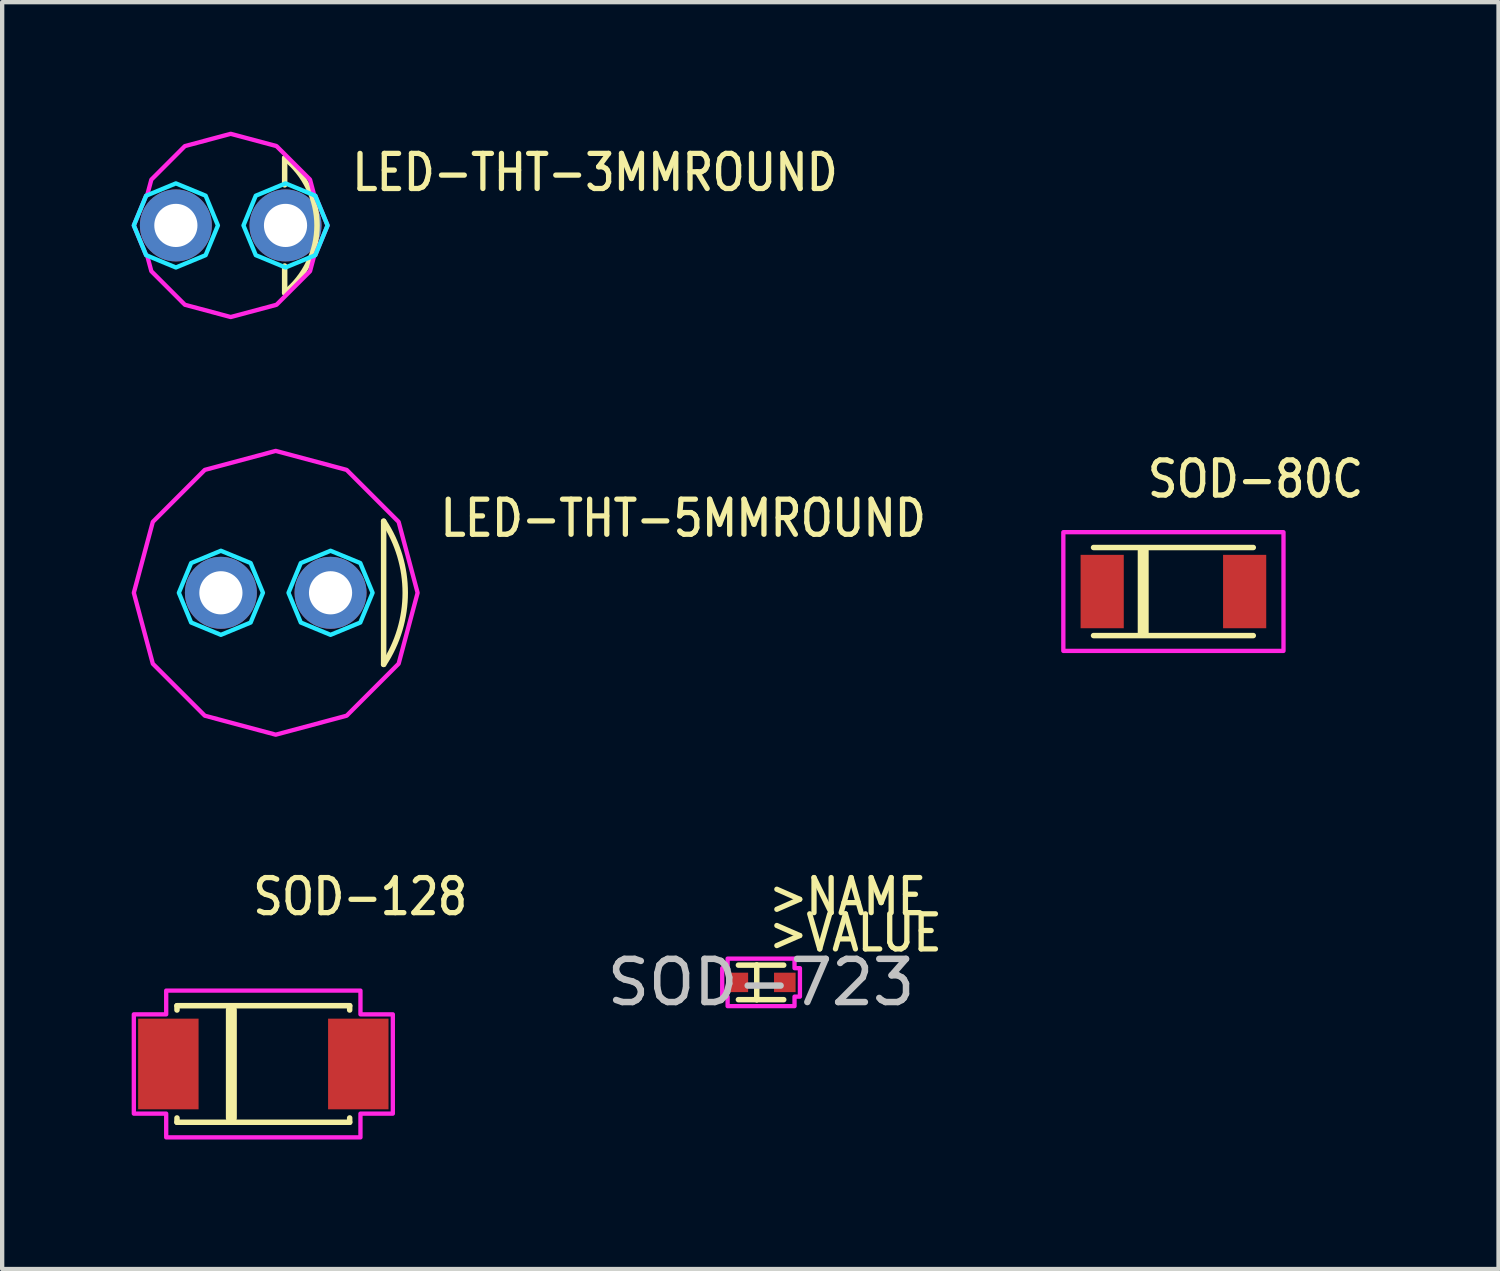
<source format=kicad_pcb>
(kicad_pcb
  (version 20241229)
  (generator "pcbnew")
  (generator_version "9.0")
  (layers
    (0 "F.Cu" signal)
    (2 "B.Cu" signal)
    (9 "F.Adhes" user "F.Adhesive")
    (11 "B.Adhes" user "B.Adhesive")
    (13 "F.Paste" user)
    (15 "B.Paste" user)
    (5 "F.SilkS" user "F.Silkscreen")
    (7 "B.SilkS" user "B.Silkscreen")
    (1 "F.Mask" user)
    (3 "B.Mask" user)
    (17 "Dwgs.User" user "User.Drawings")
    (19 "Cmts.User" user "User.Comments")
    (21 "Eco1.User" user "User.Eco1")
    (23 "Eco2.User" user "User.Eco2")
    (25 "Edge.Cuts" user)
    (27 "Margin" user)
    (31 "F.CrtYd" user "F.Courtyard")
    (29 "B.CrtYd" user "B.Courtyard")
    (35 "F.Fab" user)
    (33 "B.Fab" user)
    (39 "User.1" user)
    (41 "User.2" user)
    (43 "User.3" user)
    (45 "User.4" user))
  (footprint "LED-THT-3MMROUND"
    (layer "F.Cu")
    (at 2.294 2.172)
    (property "Reference" "LED-THT-3MMROUND" (at 2.75 -0.75 0) (unlocked yes) (layer "F.SilkS") (effects (font (size 0.813 0.695) (thickness 0.122)) (justify left bottom)))
    (fp_line (start 1.25 -1.561) (end 1.25 -0.94) (stroke (width 0.127) (type solid)) (layer "F.SilkS"))
    (fp_line (start 1.25 0.94) (end 1.25 1.561) (stroke (width 0.127) (type solid)) (layer "F.SilkS"))
    (fp_arc (start 1.25 -1.56125) (mid 2 0) (end 1.25 1.56125) (stroke (width 0.127) (type solid)) (layer "F.SilkS"))
    (fp_poly (pts (xy -0.296 0) (xy -0.581 -0.689) (xy -1.27 -0.974) (xy -1.959 -0.689) (xy -2.244 0) (xy -1.959 0.689) (xy -1.27 0.974) (xy -0.581 0.689)) (stroke (width 0.1) (type solid)) (fill no) (layer "B.CrtYd"))
    (fp_poly (pts (xy 2.244 0) (xy 1.959 -0.689) (xy 1.27 -0.974) (xy 0.581 -0.689) (xy 0.296 0) (xy 0.581 0.689) (xy 1.27 0.974) (xy 1.959 0.689)) (stroke (width 0.1) (type solid)) (fill no) (layer "B.CrtYd"))
    (fp_poly (pts (xy 1.935 -0.699) (xy 1.838 -1.061) (xy 1.061 -1.838) (xy 0 -2.122) (xy -1.061 -1.838) (xy -1.838 -1.061) (xy -1.935 -0.699) (xy -1.959 -0.689) (xy -2.244 0) (xy -1.959 0.689) (xy -1.935 0.699) (xy -1.838 1.061) (xy -1.061 1.838) (xy 0 2.122) (xy 1.061 1.838) (xy 1.838 1.061) (xy 1.935 0.699) (xy 1.959 0.689) (xy 2.244 0) (xy 1.959 -0.689)) (stroke (width 0.1) (type solid)) (fill no) (layer "F.CrtYd"))
    (pad "ANODE" thru_hole oval (at -1.27 0) (size 1.667 1.667) (drill 1) (layers "*.Cu" "*.Mask"))
    (pad "CATHODE" thru_hole oval (at 1.27 0) (size 1.667 1.667) (drill 1) (layers "*.Cu" "*.Mask")))
  (footprint "LED-THT-5MMROUND"
    (layer "F.Cu")
    (at 3.337 10.682)
    (property "Reference" "LED-THT-5MMROUND" (at 3.75 -1.25 0) (unlocked yes) (layer "F.SilkS") (effects (font (size 0.813 0.695) (thickness 0.122)) (justify left bottom)))
    (fp_line (start 2.5 -1.658) (end 2.5 1.658) (stroke (width 0.127) (type solid)) (layer "F.SilkS"))
    (fp_arc (start 2.5 -1.658313) (mid 3 0) (end 2.5 1.658313) (stroke (width 0.127) (type solid)) (layer "F.SilkS"))
    (fp_poly (pts (xy -0.296 0) (xy -0.581 -0.689) (xy -1.27 -0.974) (xy -1.959 -0.689) (xy -2.244 0) (xy -1.959 0.689) (xy -1.27 0.974) (xy -0.581 0.689)) (stroke (width 0.1) (type solid)) (fill no) (layer "B.CrtYd"))
    (fp_poly (pts (xy 2.244 0) (xy 1.959 -0.689) (xy 1.27 -0.974) (xy 0.581 -0.689) (xy 0.296 0) (xy 0.581 0.689) (xy 1.27 0.974) (xy 1.959 0.689)) (stroke (width 0.1) (type solid)) (fill no) (layer "B.CrtYd"))
    (fp_poly (pts (xy 3.287 0) (xy 2.847 -1.643) (xy 1.643 -2.847) (xy 0 -3.287) (xy -1.643 -2.847) (xy -2.847 -1.643) (xy -3.287 0) (xy -2.847 1.643) (xy -1.643 2.847) (xy 0 3.287) (xy 1.643 2.847) (xy 2.847 1.643)) (stroke (width 0.1) (type solid)) (fill no) (layer "F.CrtYd"))
    (pad "ANODE" thru_hole oval (at -1.27 0) (size 1.667 1.667) (drill 1) (layers "*.Cu" "*.Mask"))
    (pad "CATHODE" thru_hole oval (at 1.27 0) (size 1.667 1.667) (drill 1) (layers "*.Cu" "*.Mask")))
  (footprint "SOD-80C"
    (layer "F.Cu")
    (at 24.132 10.653)
    (property "Reference" "SOD-80C" (at -0.66 -2.13 0) (unlocked yes) (layer "F.SilkS") (effects (font (size 0.813 0.695) (thickness 0.122)) (justify left bottom)))
    (fp_line (start -1.85 -1.02) (end 1.85 -1.02) (stroke (width 0.127) (type solid)) (layer "F.SilkS"))
    (fp_line (start -1.85 1.02) (end 1.85 1.02) (stroke (width 0.127) (type solid)) (layer "F.SilkS"))
    (fp_line (start -0.7 -0.95) (end -0.7 0.95) (stroke (width 0.254) (type solid)) (layer "F.SilkS"))
    (fp_poly (pts (xy -2.55 -1.375) (xy 2.55 -1.375) (xy 2.55 1.375) (xy -2.55 1.375)) (stroke (width 0.1) (type solid)) (fill no) (layer "F.CrtYd"))
    (pad "ANODE" smd rect (at 1.65 0) (size 1 1.7) (layers "F.Cu" "F.Mask" "F.Paste"))
    (pad "CATHODE" smd rect (at -1.65 0) (size 1 1.7) (layers "F.Cu" "F.Mask" "F.Paste")))
  (footprint "SOD-128"
    (layer "F.Cu")
    (at 3.05 21.597)
    (property "Reference" "SOD-128" (at -0.3 -3.4 0) (unlocked yes) (layer "F.SilkS") (effects (font (size 0.813 0.695) (thickness 0.122)) (justify left bottom)))
    (fp_line (start -2 -1.35) (end 2 -1.35) (stroke (width 0.127) (type solid)) (layer "F.SilkS"))
    (fp_line (start -2 -1.25) (end -2 -1.35) (stroke (width 0.127) (type solid)) (layer "F.SilkS"))
    (fp_line (start -2 1.25) (end -2 1.35) (stroke (width 0.127) (type solid)) (layer "F.SilkS"))
    (fp_line (start -2 1.35) (end 2 1.35) (stroke (width 0.127) (type solid)) (layer "F.SilkS"))
    (fp_line (start -0.741 -1.25) (end -0.741 1.25) (stroke (width 0.254) (type solid)) (layer "F.SilkS"))
    (fp_line (start 2 -1.25) (end 2 -1.35) (stroke (width 0.127) (type solid)) (layer "F.SilkS"))
    (fp_line (start 2 1.35) (end 2 1.25) (stroke (width 0.127) (type solid)) (layer "F.SilkS"))
    (fp_poly (pts (xy -3 -1.15) (xy -2.25 -1.15) (xy -2.25 -1.7) (xy 2.25 -1.7) (xy 2.25 -1.15) (xy 3 -1.15) (xy 3 1.15) (xy 2.25 1.15) (xy 2.25 1.7) (xy -2.25 1.7) (xy -2.25 1.15) (xy -3 1.15)) (stroke (width 0.1) (type solid)) (fill no) (layer "F.CrtYd"))
    (pad "ANODE" smd rect (at 2.2 0) (size 1.4 2.1) (layers "F.Cu" "F.Mask" "F.Paste"))
    (pad "CATHODE" smd rect (at -2.2 0) (size 1.4 2.1) (layers "F.Cu" "F.Mask" "F.Paste")))
  (footprint "SOD-723"
    (layer "F.Cu")
    (at 14.58 19.707)
    (property "Reference" "SOD-723" (at 0 0 0) (layer "Dwgs.User") (effects (font (size 1 1) (thickness 0.15))))
    (fp_line (start -0.525 -0.4) (end -0.1 -0.4) (stroke (width 0.127) (type solid)) (layer "F.SilkS"))
    (fp_line (start -0.525 0.4) (end -0.1 0.4) (stroke (width 0.127) (type solid)) (layer "F.SilkS"))
    (fp_line (start -0.1 -0.4) (end -0.1 0.4) (stroke (width 0.127) (type solid)) (layer "F.SilkS"))
    (fp_line (start -0.1 -0.4) (end 0.525 -0.4) (stroke (width 0.127) (type solid)) (layer "F.SilkS"))
    (fp_line (start -0.1 0.4) (end 0.525 0.4) (stroke (width 0.127) (type solid)) (layer "F.SilkS"))
    (fp_poly (pts (xy -0.9 0.33) (xy -0.9 -0.33) (xy -0.775 -0.33) (xy -0.775 -0.55) (xy 0.775 -0.55) (xy 0.775 -0.33) (xy 0.9 -0.33) (xy 0.9 0.33) (xy 0.775 0.33) (xy 0.775 0.55) (xy -0.775 0.55) (xy -0.775 0.33)) (stroke (width 0.1) (type solid)) (fill no) (layer "F.CrtYd"))
    (fp_text user ">NAME" (at 0.12 -1.51 0) (unlocked yes) (layer "F.SilkS") (effects (font (size 0.813 0.695) (thickness 0.122)) (justify left bottom)))
    (fp_text user ">VALUE" (at 0.12 -0.67 0) (unlocked yes) (layer "F.SilkS") (effects (font (size 0.813 0.695) (thickness 0.122)) (justify left bottom)))
    (pad "ANODE" smd rect (at 0.55 0) (size 0.5 0.45) (layers "F.Cu" "F.Mask" "F.Paste"))
    (pad "CATHODE" smd rect (at -0.55 0) (size 0.5 0.45) (layers "F.Cu" "F.Mask" "F.Paste")))
  (gr_rect
    (start -3 -3)
    (end 31.663 26.347)
    (stroke (width 0.1) (type default))
    (fill no)
    (layer "Edge.Cuts")))
</source>
